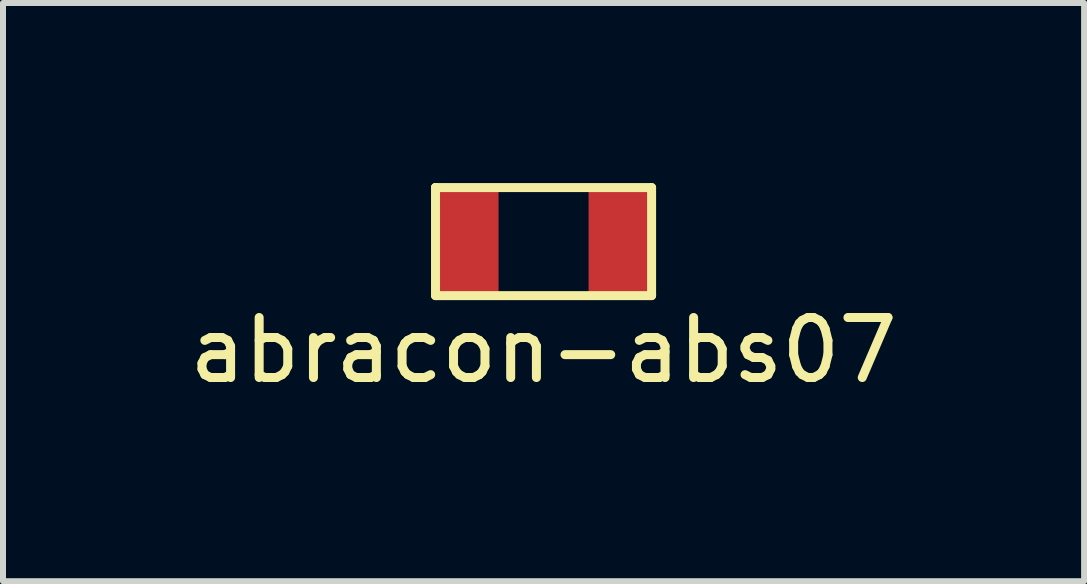
<source format=kicad_pcb>
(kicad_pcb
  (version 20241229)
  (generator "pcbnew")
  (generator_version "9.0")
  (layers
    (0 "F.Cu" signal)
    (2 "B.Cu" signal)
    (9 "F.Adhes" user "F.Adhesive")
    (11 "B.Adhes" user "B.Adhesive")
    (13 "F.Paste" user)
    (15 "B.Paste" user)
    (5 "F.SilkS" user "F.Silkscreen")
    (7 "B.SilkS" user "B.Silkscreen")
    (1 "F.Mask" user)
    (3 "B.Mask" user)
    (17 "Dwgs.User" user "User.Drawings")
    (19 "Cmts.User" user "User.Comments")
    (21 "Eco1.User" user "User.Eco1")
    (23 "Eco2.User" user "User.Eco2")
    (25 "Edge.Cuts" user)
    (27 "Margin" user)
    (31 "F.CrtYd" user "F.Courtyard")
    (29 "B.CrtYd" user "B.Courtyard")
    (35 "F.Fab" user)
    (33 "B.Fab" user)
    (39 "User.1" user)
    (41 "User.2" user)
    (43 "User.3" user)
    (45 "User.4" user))
  (footprint "abracon-abs07"
    (layer "F.Cu")
    (at 6.006 0.975)
    (property "Reference" "abracon-abs07" (at 0 1.81 0) (layer "F.SilkS") (effects (font (size 1 1) (thickness 0.15))))
    (attr through_hole)
    (fp_line (start -1.8 -0.9) (end -1.8 -0.9) (stroke (width 0.15) (type solid)) (layer "F.SilkS"))
    (fp_line (start -1.8 -0.9) (end 1.8 -0.9) (stroke (width 0.15) (type solid)) (layer "F.SilkS"))
    (fp_line (start -1.8 0.9) (end -1.8 -0.9) (stroke (width 0.15) (type solid)) (layer "F.SilkS"))
    (fp_line (start 1.8 -0.9) (end 1.8 0.9) (stroke (width 0.15) (type solid)) (layer "F.SilkS"))
    (fp_line (start 1.8 0.9) (end -1.8 0.9) (stroke (width 0.15) (type solid)) (layer "F.SilkS"))
    (pad "1" smd rect (at -1.25 0.01) (size 1 1.8) (layers "F.Cu" "F.Mask" "F.Paste"))
    (pad "2" smd rect (at 1.25 0.01) (size 1 1.8) (layers "F.Cu" "F.Mask" "F.Paste")))
  (gr_rect
    (start -3 -3)
    (end 15.012 6.633)
    (stroke (width 0.1) (type default))
    (fill no)
    (layer "Edge.Cuts")))
</source>
